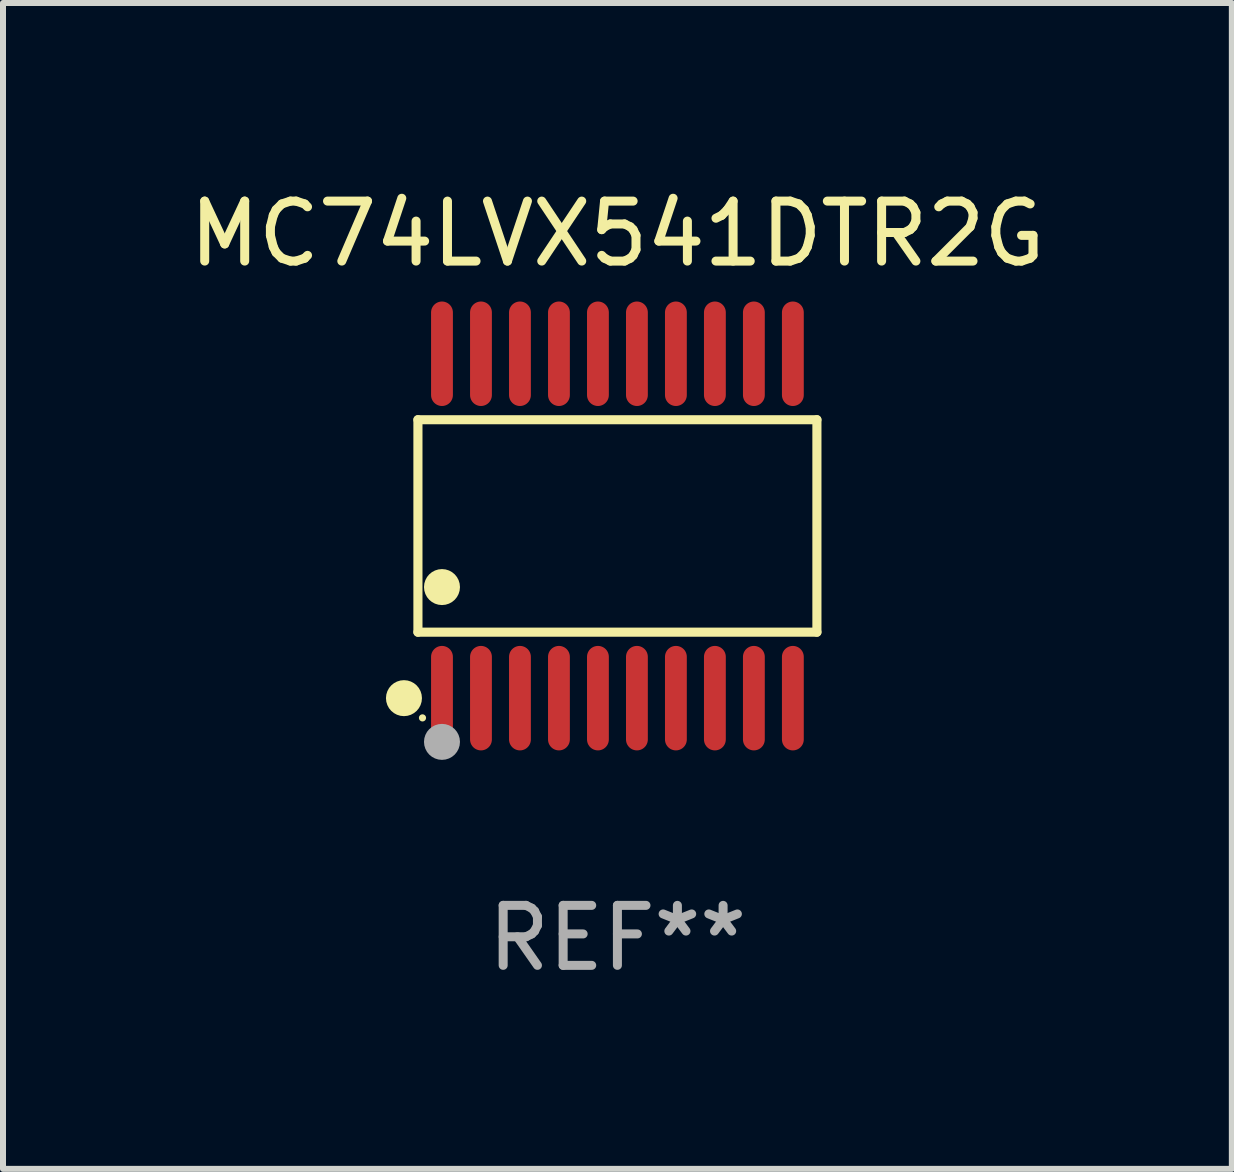
<source format=kicad_pcb>
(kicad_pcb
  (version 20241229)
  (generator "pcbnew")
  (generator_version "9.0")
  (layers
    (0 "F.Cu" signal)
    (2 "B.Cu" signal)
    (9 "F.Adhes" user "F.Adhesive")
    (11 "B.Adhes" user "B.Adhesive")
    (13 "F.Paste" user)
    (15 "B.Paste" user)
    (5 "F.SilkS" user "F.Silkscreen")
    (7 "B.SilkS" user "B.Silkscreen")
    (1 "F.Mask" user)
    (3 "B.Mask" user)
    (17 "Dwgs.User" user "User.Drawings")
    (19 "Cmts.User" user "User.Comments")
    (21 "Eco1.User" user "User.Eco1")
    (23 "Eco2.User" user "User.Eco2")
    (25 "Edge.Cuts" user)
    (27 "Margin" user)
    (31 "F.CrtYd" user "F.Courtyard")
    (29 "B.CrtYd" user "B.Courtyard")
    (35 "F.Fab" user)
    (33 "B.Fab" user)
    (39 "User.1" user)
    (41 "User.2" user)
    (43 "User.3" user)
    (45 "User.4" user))
  (footprint "MC74LVX541DTR2G"
    (layer "F.Cu")
    (at 7.244 5.719)
    (property "Reference" "MC74LVX541DTR2G" (at 0 -4.871 0) (layer "F.SilkS") (effects (font (size 1 1) (thickness 0.15))))
    (attr through_hole)
    (fp_line (start -3.326 -1.771) (end 3.326 -1.771) (stroke (width 0.152) (type solid)) (layer "F.SilkS"))
    (fp_line (start -3.326 1.771) (end -3.326 -1.771) (stroke (width 0.152) (type solid)) (layer "F.SilkS"))
    (fp_line (start 3.326 -1.771) (end 3.326 1.771) (stroke (width 0.152) (type solid)) (layer "F.SilkS"))
    (fp_line (start 3.326 1.771) (end -3.326 1.771) (stroke (width 0.152) (type solid)) (layer "F.SilkS"))
    (fp_circle (center -3.559 2.871) (end -3.409 2.871) (stroke (width 0.3) (type solid)) (fill no) (layer "F.SilkS"))
    (fp_circle (center -3.25 3.2) (end -3.22 3.2) (stroke (width 0.06) (type solid)) (fill no) (layer "F.SilkS"))
    (fp_circle (center -2.925 1.019) (end -2.775 1.019) (stroke (width 0.3) (type solid)) (fill no) (layer "F.SilkS"))
    (fp_circle (center -2.925 3.6) (end -2.775 3.6) (stroke (width 0.3) (type solid)) (fill no) (layer "F.Fab"))
    (fp_text user "REF**" (at 0 6.871 0) (layer "F.Fab") (effects (font (size 1 1) (thickness 0.15))))
    (pad "1" smd oval (at -2.925 2.871) (size 0.364 1.742) (layers "F.Cu" "F.Mask" "F.Paste"))
    (pad "2" smd oval (at -2.275 2.871) (size 0.364 1.742) (layers "F.Cu" "F.Mask" "F.Paste"))
    (pad "3" smd oval (at -1.625 2.871) (size 0.364 1.742) (layers "F.Cu" "F.Mask" "F.Paste"))
    (pad "4" smd oval (at -0.975 2.871) (size 0.364 1.742) (layers "F.Cu" "F.Mask" "F.Paste"))
    (pad "5" smd oval (at -0.325 2.871) (size 0.364 1.742) (layers "F.Cu" "F.Mask" "F.Paste"))
    (pad "6" smd oval (at 0.325 2.871) (size 0.364 1.742) (layers "F.Cu" "F.Mask" "F.Paste"))
    (pad "7" smd oval (at 0.975 2.871) (size 0.364 1.742) (layers "F.Cu" "F.Mask" "F.Paste"))
    (pad "8" smd oval (at 1.625 2.871) (size 0.364 1.742) (layers "F.Cu" "F.Mask" "F.Paste"))
    (pad "9" smd oval (at 2.275 2.871) (size 0.364 1.742) (layers "F.Cu" "F.Mask" "F.Paste"))
    (pad "10" smd oval (at 2.925 2.871) (size 0.364 1.742) (layers "F.Cu" "F.Mask" "F.Paste"))
    (pad "11" smd oval (at 2.925 -2.871) (size 0.364 1.742) (layers "F.Cu" "F.Mask" "F.Paste"))
    (pad "12" smd oval (at 2.275 -2.871) (size 0.364 1.742) (layers "F.Cu" "F.Mask" "F.Paste"))
    (pad "13" smd oval (at 1.625 -2.871) (size 0.364 1.742) (layers "F.Cu" "F.Mask" "F.Paste"))
    (pad "14" smd oval (at 0.975 -2.871) (size 0.364 1.742) (layers "F.Cu" "F.Mask" "F.Paste"))
    (pad "15" smd oval (at 0.325 -2.871) (size 0.364 1.742) (layers "F.Cu" "F.Mask" "F.Paste"))
    (pad "16" smd oval (at -0.325 -2.871) (size 0.364 1.742) (layers "F.Cu" "F.Mask" "F.Paste"))
    (pad "17" smd oval (at -0.975 -2.871) (size 0.364 1.742) (layers "F.Cu" "F.Mask" "F.Paste"))
    (pad "18" smd oval (at -1.625 -2.871) (size 0.364 1.742) (layers "F.Cu" "F.Mask" "F.Paste"))
    (pad "19" smd oval (at -2.275 -2.871) (size 0.364 1.742) (layers "F.Cu" "F.Mask" "F.Paste"))
    (pad "20" smd oval (at -2.925 -2.871) (size 0.364 1.742) (layers "F.Cu" "F.Mask" "F.Paste")))
  (gr_rect
    (start -3 -3)
    (end 17.488 16.438)
    (stroke (width 0.1) (type default))
    (fill no)
    (layer "Edge.Cuts")))
</source>
